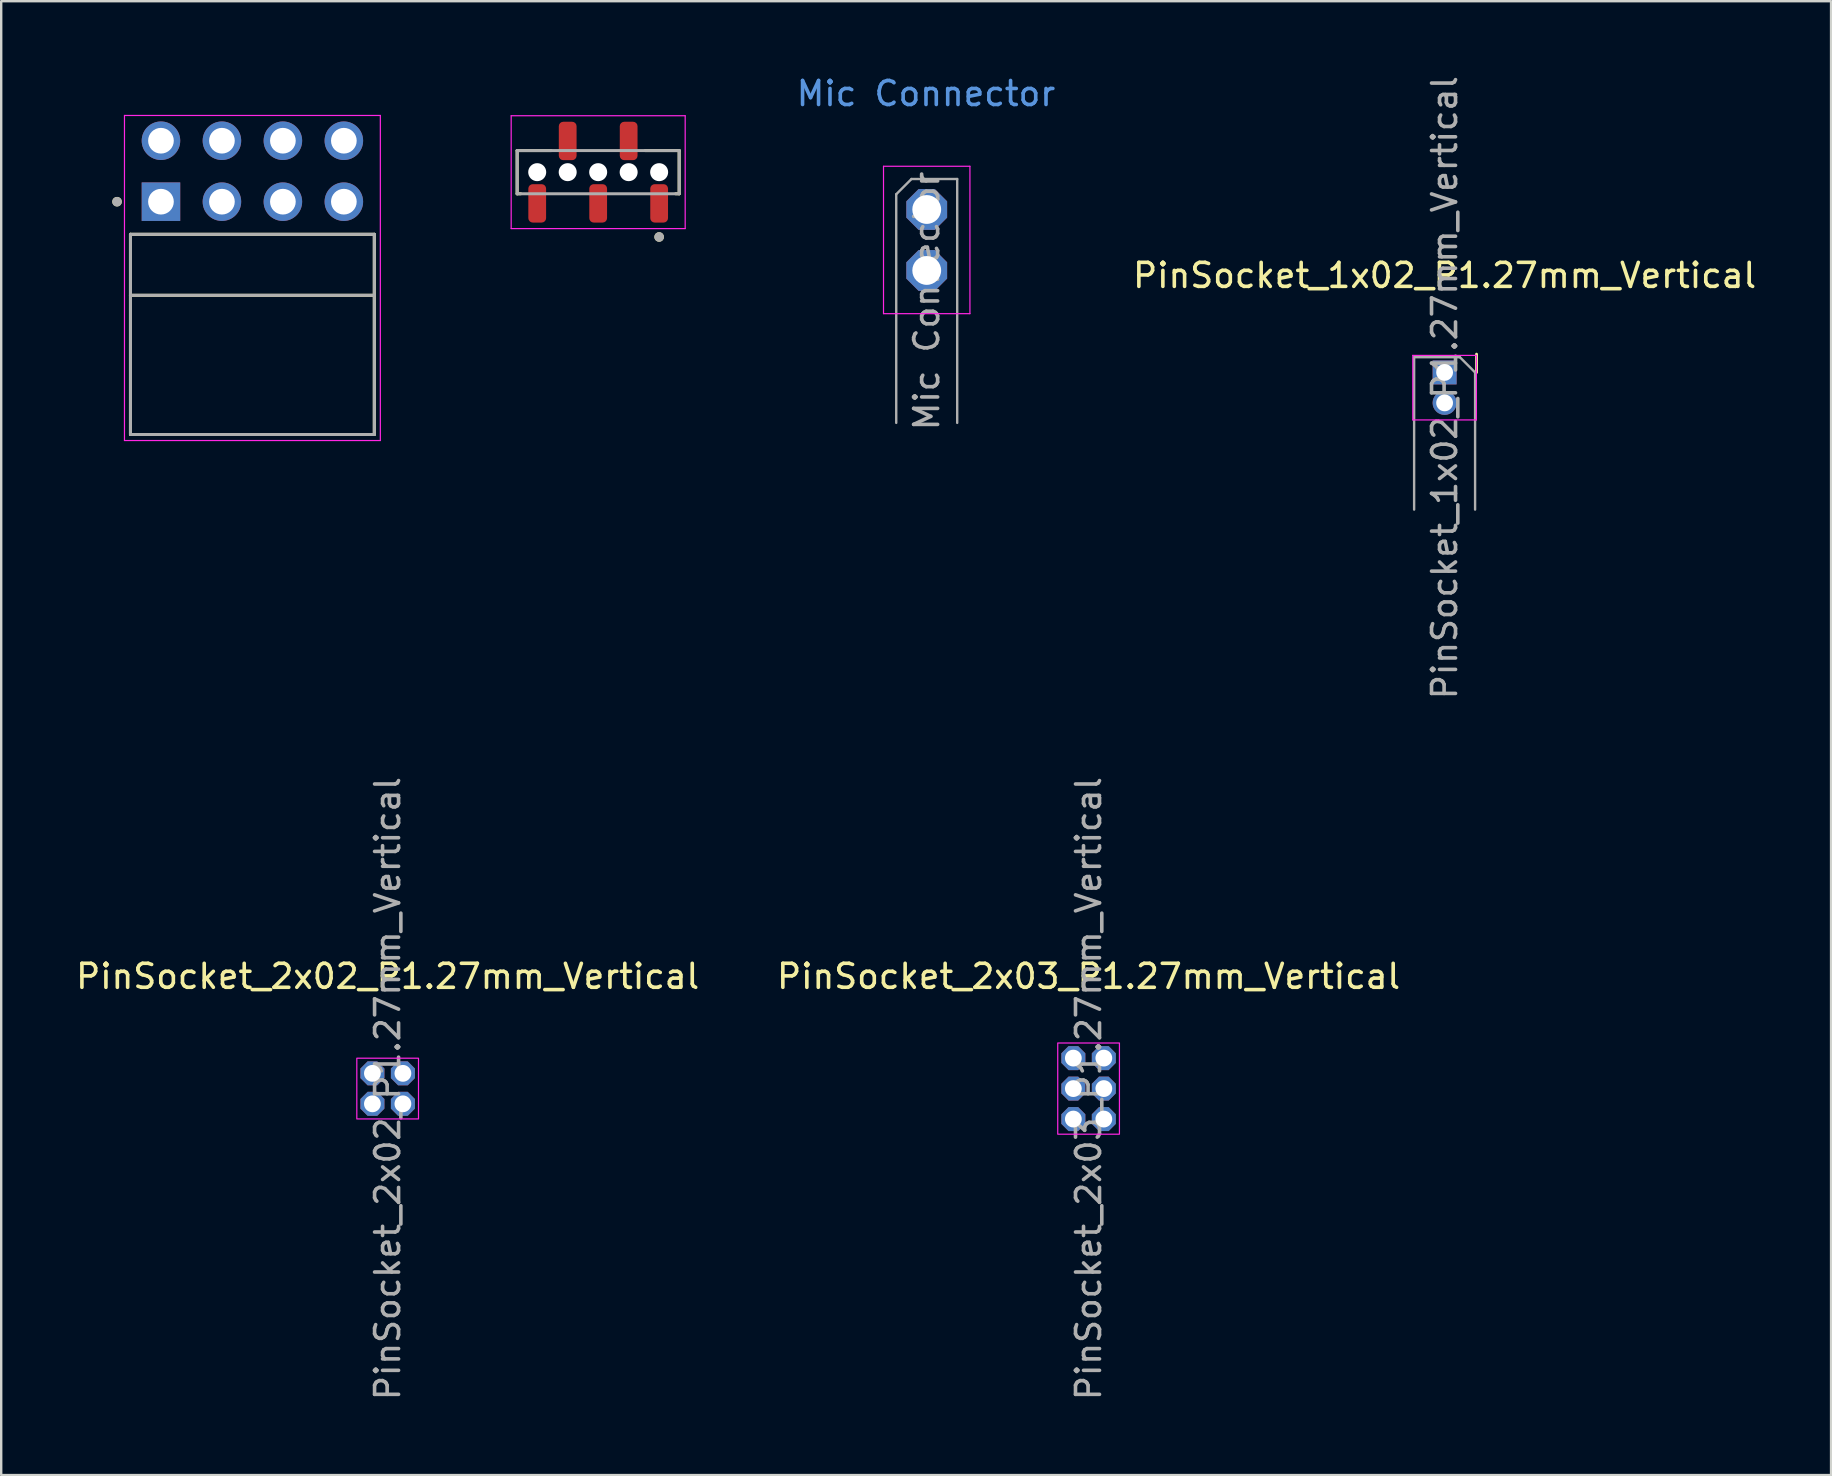
<source format=kicad_pcb>
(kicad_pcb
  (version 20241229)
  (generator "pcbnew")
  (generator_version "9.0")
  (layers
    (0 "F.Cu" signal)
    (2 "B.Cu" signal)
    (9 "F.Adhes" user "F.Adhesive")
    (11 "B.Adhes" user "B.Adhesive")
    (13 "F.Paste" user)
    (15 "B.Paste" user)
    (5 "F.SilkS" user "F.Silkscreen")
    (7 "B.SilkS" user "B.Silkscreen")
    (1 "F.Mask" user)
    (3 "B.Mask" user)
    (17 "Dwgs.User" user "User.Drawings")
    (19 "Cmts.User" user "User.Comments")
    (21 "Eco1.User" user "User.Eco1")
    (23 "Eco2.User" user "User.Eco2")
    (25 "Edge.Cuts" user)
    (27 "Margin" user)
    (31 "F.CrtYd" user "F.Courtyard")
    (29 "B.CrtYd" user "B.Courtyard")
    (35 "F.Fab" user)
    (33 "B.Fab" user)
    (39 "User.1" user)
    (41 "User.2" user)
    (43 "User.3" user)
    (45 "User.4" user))
  (footprint "Mic Connector"
    (layer "F.Cu")
    (at 35.56 6.948)
    (property "Reference" "Mic Connector" (at -0.03 -6.1 0) (layer "Cmts.User") (effects (font (size 1 1) (thickness 0.15))))
    (attr through_hole)
    (fp_line (start -1.8 -3.07) (end -1.8 3.07) (stroke (width 0.05) (type solid)) (layer "F.CrtYd"))
    (fp_line (start 1.8 -3.07) (end -1.8 -3.07) (stroke (width 0.05) (type solid)) (layer "F.CrtYd"))
    (fp_line (start 1.8 3.07) (end -1.8 3.07) (stroke (width 0.05) (type solid)) (layer "F.CrtYd"))
    (fp_line (start 1.8 3.07) (end 1.8 -3.07) (stroke (width 0.05) (type solid)) (layer "F.CrtYd"))
    (fp_line (start -1.27 -1.905) (end -0.635 -2.54) (stroke (width 0.1) (type solid)) (layer "F.Fab"))
    (fp_line (start -1.27 7.62) (end -1.27 -1.905) (stroke (width 0.1) (type solid)) (layer "F.Fab"))
    (fp_line (start -0.635 -2.54) (end 1.27 -2.54) (stroke (width 0.1) (type solid)) (layer "F.Fab"))
    (fp_line (start 1.27 -2.54) (end 1.27 7.62) (stroke (width 0.1) (type solid)) (layer "F.Fab"))
    (fp_text user "+" (at 1.97 1.29 0) (unlocked yes) (layer "F.Mask") (effects (font (size 1.5 1.5) (thickness 0.2))))
    (fp_text user "-" (at 1.97 -1.25 0) (unlocked yes) (layer "F.Mask") (effects (font (size 1.5 1.5) (thickness 0.2))))
    (fp_text user "${REFERENCE}" (at 0 2.54 90) (layer "F.Fab") (effects (font (size 1 1) (thickness 0.15))))
    (pad "1" thru_hole roundrect (at 0 -1.27) (size 1.7 1.7) (drill 1.2) (layers "*.Cu" "*.Mask") (roundrect_rratio 0) (chamfer_ratio 0.3) (chamfer top_left top_right bottom_left bottom_right))
    (pad "2" thru_hole roundrect (at 0 1.27) (size 1.7 1.7) (drill 1.2) (layers "*.Cu" "*.Mask") (roundrect_rratio 0) (chamfer_ratio 0.3) (chamfer top_left top_right bottom_left bottom_right)))
  (footprint "PinSocket_2x02_P1.27mm_Vertical"
    (layer "F.Cu")
    (at 13.101 42.304)
    (property "Reference" "PinSocket_2x02_P1.27mm_Vertical" (at 0 -4.675 0) (layer "F.SilkS") (effects (font (size 1 1) (thickness 0.15))))
    (attr through_hole)
    (fp_rect (start -1.285 -1.265) (end 1.285 1.265) (stroke (width 0.05) (type default)) (fill no) (layer "F.CrtYd"))
    (fp_text user "${REFERENCE}" (at 0 0 90) (layer "F.Fab") (effects (font (size 1 1) (thickness 0.15))))
    (pad "1" thru_hole roundrect (at -0.635 -0.635) (size 1 1) (drill 0.7) (layers "*.Cu" "*.Mask") (roundrect_rratio 0) (chamfer_ratio 0.3) (chamfer top_left top_right bottom_left bottom_right))
    (pad "2" thru_hole roundrect (at 0.635 -0.635) (size 1 1) (drill 0.7) (layers "*.Cu" "*.Mask") (roundrect_rratio 0) (chamfer_ratio 0.3) (chamfer top_left top_right bottom_left bottom_right))
    (pad "3" thru_hole roundrect (at -0.635 0.635) (size 1 1) (drill 0.7) (layers "*.Cu" "*.Mask") (roundrect_rratio 0) (chamfer_ratio 0.3) (chamfer top_left top_right bottom_left bottom_right))
    (pad "4" thru_hole roundrect (at 0.635 0.635) (size 1 1) (drill 0.7) (layers "*.Cu" "*.Mask") (roundrect_rratio 0) (chamfer_ratio 0.3) (chamfer top_left top_right bottom_left bottom_right)))
  (footprint "PinSocket_2x03_P1.27mm_Vertical"
    (layer "F.Cu")
    (at 42.304 42.304)
    (property "Reference" "PinSocket_2x03_P1.27mm_Vertical" (at 0 -4.675 0) (layer "F.SilkS") (effects (font (size 1 1) (thickness 0.15))))
    (attr through_hole)
    (fp_rect (start -1.285 -1.9) (end 1.285 1.9) (stroke (width 0.05) (type default)) (fill no) (layer "F.CrtYd"))
    (fp_text user "${REFERENCE}" (at 0 0 90) (layer "F.Fab") (effects (font (size 1 1) (thickness 0.15))))
    (pad "1" thru_hole roundrect (at -0.635 -1.27) (size 1 1) (drill 0.7) (layers "*.Cu" "*.Mask") (roundrect_rratio 0) (chamfer_ratio 0.3) (chamfer top_left top_right bottom_left bottom_right))
    (pad "2" thru_hole roundrect (at -0.635 1.27) (size 1 1) (drill 0.7) (layers "*.Cu" "*.Mask") (roundrect_rratio 0) (chamfer_ratio 0.3) (chamfer top_left top_right bottom_left bottom_right))
    (pad "3" thru_hole roundrect (at -0.635 0) (size 1 1) (drill 0.7) (layers "*.Cu" "*.Mask") (roundrect_rratio 0) (chamfer_ratio 0.3) (chamfer top_left top_right bottom_left bottom_right))
    (pad "4" thru_hole roundrect (at 0.635 -1.27) (size 1 1) (drill 0.7) (layers "*.Cu" "*.Mask") (roundrect_rratio 0) (chamfer_ratio 0.3) (chamfer top_left top_right bottom_left bottom_right))
    (pad "5" thru_hole roundrect (at 0.635 1.27) (size 1 1) (drill 0.7) (layers "*.Cu" "*.Mask") (roundrect_rratio 0) (chamfer_ratio 0.3) (chamfer top_left top_right bottom_left bottom_right))
    (pad "6" thru_hole roundrect (at 0.635 0) (size 1 1) (drill 0.7) (layers "*.Cu" "*.Mask") (roundrect_rratio 0) (chamfer_ratio 0.3) (chamfer top_left top_right bottom_left bottom_right)))
  (footprint "PinSocket_1x02_P1.27mm_Vertical"
    (layer "F.Cu")
    (at 57.137 13.101)
    (property "Reference" "PinSocket_1x02_P1.27mm_Vertical" (at 0 -4.675 0) (layer "F.SilkS") (effects (font (size 1 1) (thickness 0.15))))
    (attr through_hole)
    (fp_line (start 1.33 -1.395) (end 1.33 -0.635) (stroke (width 0.12) (type solid)) (layer "F.SilkS"))
    (fp_line (start -1.325 -1.345) (end 1.325 -1.345) (stroke (width 0.05) (type solid)) (layer "F.CrtYd"))
    (fp_line (start -1.325 1.345) (end -1.325 -1.345) (stroke (width 0.05) (type solid)) (layer "F.CrtYd"))
    (fp_line (start -1.325 1.345) (end 1.325 1.345) (stroke (width 0.05) (type solid)) (layer "F.CrtYd"))
    (fp_line (start 1.325 -1.32) (end 1.325 1.345) (stroke (width 0.05) (type solid)) (layer "F.CrtYd"))
    (fp_line (start -1.27 -1.27) (end 0.635 -1.27) (stroke (width 0.1) (type solid)) (layer "F.Fab"))
    (fp_line (start -1.27 5.08) (end -1.27 -1.27) (stroke (width 0.1) (type solid)) (layer "F.Fab"))
    (fp_line (start 0.635 -1.27) (end 1.27 -0.635) (stroke (width 0.1) (type solid)) (layer "F.Fab"))
    (fp_line (start 1.27 -0.635) (end 1.27 5.08) (stroke (width 0.1) (type solid)) (layer "F.Fab"))
    (fp_text user "${REFERENCE}" (at 0 0 90) (layer "F.Fab") (effects (font (size 1 1) (thickness 0.15))))
    (pad "1" thru_hole rect (at 0 -0.635) (size 1 1) (drill 0.7) (layers "*.Cu" "*.Mask"))
    (pad "2" thru_hole oval (at 0 0.635) (size 1 1) (drill 0.7) (layers "*.Cu" "*.Mask")))
  (footprint "M50-3130545"
    (layer "F.Cu")
    (at 21.872 4.123)
    (property "Reference" "M50-3130545" (at -0.45 -3.275 0) (layer "User.2") (effects (font (size 1 1) (thickness 0.15))))
    (attr smd)
    (fp_line (start -3.375 -0.9) (end -3.375 0.9) (stroke (width 0.127) (type solid)) (layer "F.SilkS"))
    (fp_line (start -3.375 0.9) (end -3.23 0.9) (stroke (width 0.127) (type solid)) (layer "F.SilkS"))
    (fp_line (start -1.96 -0.9) (end -3.375 -0.9) (stroke (width 0.127) (type solid)) (layer "F.SilkS"))
    (fp_line (start 3.23 0.9) (end 3.375 0.9) (stroke (width 0.127) (type solid)) (layer "F.SilkS"))
    (fp_line (start 3.375 -0.9) (end 1.96 -0.9) (stroke (width 0.127) (type solid)) (layer "F.SilkS"))
    (fp_line (start 3.375 0.9) (end 3.375 -0.9) (stroke (width 0.127) (type solid)) (layer "F.SilkS"))
    (fp_circle (center 2.54 2.7) (end 2.64 2.7) (stroke (width 0.2) (type solid)) (fill no) (layer "F.SilkS"))
    (fp_line (start -3.625 -2.35) (end -3.625 2.35) (stroke (width 0.05) (type solid)) (layer "F.CrtYd"))
    (fp_line (start -3.625 2.35) (end 3.625 2.35) (stroke (width 0.05) (type solid)) (layer "F.CrtYd"))
    (fp_line (start 3.625 -2.35) (end -3.625 -2.35) (stroke (width 0.05) (type solid)) (layer "F.CrtYd"))
    (fp_line (start 3.625 2.35) (end 3.625 -2.35) (stroke (width 0.05) (type solid)) (layer "F.CrtYd"))
    (fp_line (start -3.375 -0.9) (end -3.375 0.9) (stroke (width 0.127) (type solid)) (layer "F.Fab"))
    (fp_line (start -3.375 0.9) (end 3.375 0.9) (stroke (width 0.127) (type solid)) (layer "F.Fab"))
    (fp_line (start 3.375 -0.9) (end -3.375 -0.9) (stroke (width 0.127) (type solid)) (layer "F.Fab"))
    (fp_line (start 3.375 0.9) (end 3.375 -0.9) (stroke (width 0.127) (type solid)) (layer "F.Fab"))
    (fp_circle (center 2.54 2.7) (end 2.64 2.7) (stroke (width 0.2) (type solid)) (fill no) (layer "F.Fab"))
    (pad "" np_thru_hole circle (at -2.54 0) (size 0.75 0.75) (drill 0.75) (layers "*.Cu" "*.Mask"))
    (pad "" np_thru_hole circle (at -1.27 0) (size 0.75 0.75) (drill 0.75) (layers "*.Cu" "*.Mask"))
    (pad "" np_thru_hole circle (at 0 0) (size 0.75 0.75) (drill 0.75) (layers "*.Cu" "*.Mask"))
    (pad "" np_thru_hole circle (at 1.27 0) (size 0.75 0.75) (drill 0.75) (layers "*.Cu" "*.Mask"))
    (pad "" np_thru_hole circle (at 2.54 0) (size 0.75 0.75) (drill 0.75) (layers "*.Cu" "*.Mask"))
    (pad "1" smd roundrect (at 2.54 1.3) (size 0.74 1.6) (layers "F.Cu" "F.Mask" "F.Paste") (roundrect_rratio 0.25))
    (pad "2" smd roundrect (at 1.27 -1.3) (size 0.74 1.6) (layers "F.Cu" "F.Mask" "F.Paste") (roundrect_rratio 0.25))
    (pad "3" smd roundrect (at 0 1.3) (size 0.74 1.6) (layers "F.Cu" "F.Mask" "F.Paste") (roundrect_rratio 0.25))
    (pad "4" smd roundrect (at -1.27 -1.3) (size 0.74 1.6) (layers "F.Cu" "F.Mask" "F.Paste") (roundrect_rratio 0.25))
    (pad "5" smd roundrect (at -2.54 1.3) (size 0.74 1.6) (layers "F.Cu" "F.Mask" "F.Paste") (roundrect_rratio 0.25)))
  (footprint "M20-9740442"
    (layer "F.Cu")
    (at 7.466 7.983)
    (property "Reference" "M20-9740442" (at -1.865 -7.135 0) (layer "User.2") (effects (font (size 1 1) (thickness 0.15))))
    (attr through_hole)
    (fp_line (start -5.08 -1.27) (end 5.08 -1.27) (stroke (width 0.127) (type solid)) (layer "F.SilkS"))
    (fp_line (start -5.08 1.27) (end -5.08 -1.27) (stroke (width 0.127) (type solid)) (layer "F.SilkS"))
    (fp_line (start -5.08 7.07) (end -5.08 1.27) (stroke (width 0.127) (type solid)) (layer "F.SilkS"))
    (fp_line (start 5.08 -1.27) (end 5.08 1.27) (stroke (width 0.127) (type solid)) (layer "F.SilkS"))
    (fp_line (start 5.08 1.27) (end -5.08 1.27) (stroke (width 0.127) (type solid)) (layer "F.SilkS"))
    (fp_line (start 5.08 1.27) (end 5.08 7.07) (stroke (width 0.127) (type solid)) (layer "F.SilkS"))
    (fp_line (start 5.08 7.07) (end -5.08 7.07) (stroke (width 0.127) (type solid)) (layer "F.SilkS"))
    (fp_circle (center -5.64 -2.63) (end -5.54 -2.63) (stroke (width 0.2) (type solid)) (fill no) (layer "F.SilkS"))
    (fp_line (start -5.33 -6.223) (end -5.33 7.32) (stroke (width 0.05) (type solid)) (layer "F.CrtYd"))
    (fp_line (start -5.33 7.32) (end 5.33 7.32) (stroke (width 0.05) (type solid)) (layer "F.CrtYd"))
    (fp_line (start 5.33 -6.223) (end -5.33 -6.223) (stroke (width 0.05) (type solid)) (layer "F.CrtYd"))
    (fp_line (start 5.33 7.32) (end 5.33 -6.223) (stroke (width 0.05) (type solid)) (layer "F.CrtYd"))
    (fp_line (start -5.08 -1.27) (end 5.08 -1.27) (stroke (width 0.127) (type solid)) (layer "F.Fab"))
    (fp_line (start -5.08 1.27) (end -5.08 -1.27) (stroke (width 0.127) (type solid)) (layer "F.Fab"))
    (fp_line (start -5.08 7.07) (end -5.08 1.27) (stroke (width 0.127) (type solid)) (layer "F.Fab"))
    (fp_line (start 5.08 -1.27) (end 5.08 1.27) (stroke (width 0.127) (type solid)) (layer "F.Fab"))
    (fp_line (start 5.08 1.27) (end -5.08 1.27) (stroke (width 0.127) (type solid)) (layer "F.Fab"))
    (fp_line (start 5.08 1.27) (end 5.08 7.07) (stroke (width 0.127) (type solid)) (layer "F.Fab"))
    (fp_line (start 5.08 7.07) (end -5.08 7.07) (stroke (width 0.127) (type solid)) (layer "F.Fab"))
    (fp_circle (center -5.64 -2.63) (end -5.54 -2.63) (stroke (width 0.2) (type solid)) (fill no) (layer "F.Fab"))
    (pad "1" thru_hole rect (at -3.81 -2.63) (size 1.605 1.605) (drill 1.07) (layers "*.Cu" "*.Mask"))
    (pad "2" thru_hole circle (at -3.81 -5.17) (size 1.605 1.605) (drill 1.07) (layers "*.Cu" "*.Mask"))
    (pad "3" thru_hole circle (at -1.27 -2.63) (size 1.605 1.605) (drill 1.07) (layers "*.Cu" "*.Mask"))
    (pad "4" thru_hole circle (at -1.27 -5.17) (size 1.605 1.605) (drill 1.07) (layers "*.Cu" "*.Mask"))
    (pad "5" thru_hole circle (at 1.27 -2.63) (size 1.605 1.605) (drill 1.07) (layers "*.Cu" "*.Mask"))
    (pad "6" thru_hole circle (at 1.27 -5.17) (size 1.605 1.605) (drill 1.07) (layers "*.Cu" "*.Mask"))
    (pad "7" thru_hole circle (at 3.81 -2.63) (size 1.605 1.605) (drill 1.07) (layers "*.Cu" "*.Mask"))
    (pad "8" thru_hole circle (at 3.81 -5.17) (size 1.605 1.605) (drill 1.07) (layers "*.Cu" "*.Mask")))
  (gr_rect
    (start -3 -3)
    (end 73.238 58.405)
    (stroke (width 0.1) (type default))
    (fill no)
    (layer "Edge.Cuts")))
</source>
